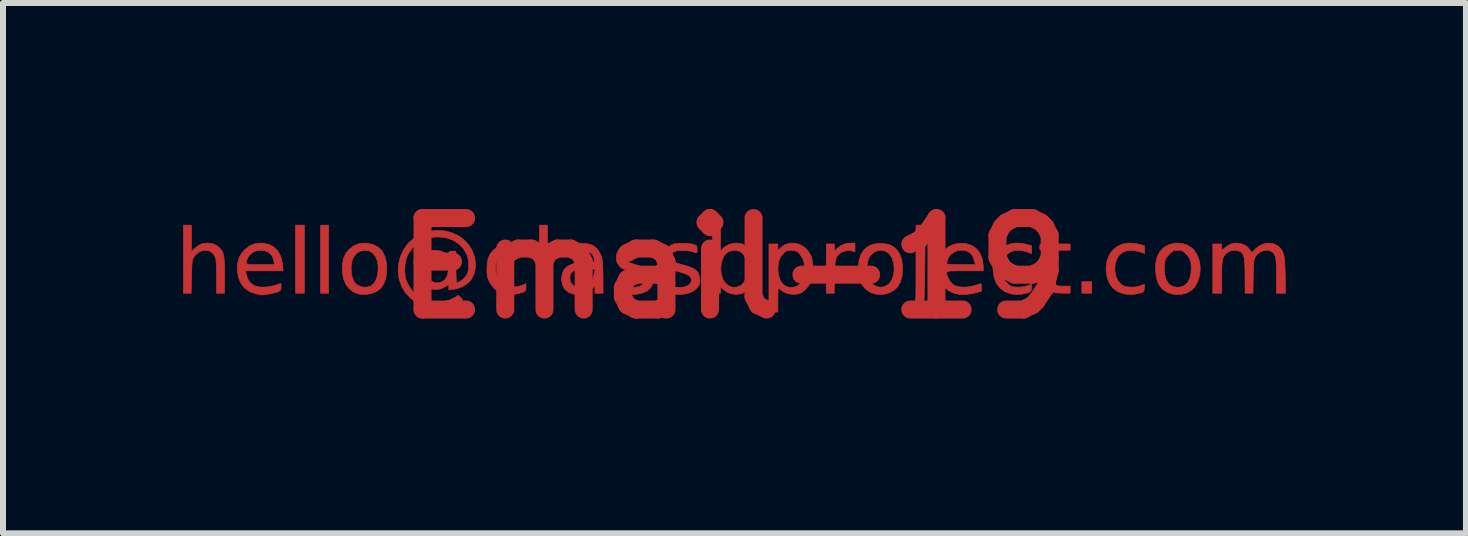
<source format=kicad_pcb>
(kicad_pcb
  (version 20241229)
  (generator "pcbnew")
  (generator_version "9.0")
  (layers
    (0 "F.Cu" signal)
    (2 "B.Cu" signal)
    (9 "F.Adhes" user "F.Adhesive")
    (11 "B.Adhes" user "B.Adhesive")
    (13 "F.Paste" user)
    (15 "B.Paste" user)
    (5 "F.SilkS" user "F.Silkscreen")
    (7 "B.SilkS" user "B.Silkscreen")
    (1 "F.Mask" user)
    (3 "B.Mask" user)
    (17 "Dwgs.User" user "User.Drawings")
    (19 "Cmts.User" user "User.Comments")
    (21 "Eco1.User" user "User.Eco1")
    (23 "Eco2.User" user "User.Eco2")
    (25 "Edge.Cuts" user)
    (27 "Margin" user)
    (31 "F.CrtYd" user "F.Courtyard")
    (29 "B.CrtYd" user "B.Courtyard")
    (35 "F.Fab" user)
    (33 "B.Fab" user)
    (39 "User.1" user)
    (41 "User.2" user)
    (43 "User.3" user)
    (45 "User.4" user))
  (footprint "Email-19"
    (layer "F.Cu")
    (at 9.179 1.418)
    (property "Reference" "Email-19" (at 0 0 0) (layer "F.Cu") (effects (font (size 1.524 1.524) (thickness 0.3))))
    (attr through_hole)
    (fp_poly (pts (xy -7.157 0.418) (xy -7.306 0.418) (xy -7.306 -0.717) (xy -7.157 -0.717) (xy -7.157 0.418)) (stroke (width 0.01) (type solid)) (fill yes) (layer "F.Cu"))
    (fp_poly (pts (xy -6.753 0.418) (xy -6.888 0.418) (xy -6.888 -0.717) (xy -6.753 -0.717) (xy -6.753 0.418)) (stroke (width 0.01) (type solid)) (fill yes) (layer "F.Cu"))
    (fp_poly (pts (xy -3.108 0.418) (xy -3.242 0.418) (xy -3.242 -0.717) (xy -3.108 -0.717) (xy -3.108 0.418)) (stroke (width 0.01) (type solid)) (fill yes) (layer "F.Cu"))
    (fp_poly (pts (xy 3.182 -0.538) (xy 3.033 -0.538) (xy 3.033 -0.717) (xy 3.182 -0.717) (xy 3.182 -0.538)) (stroke (width 0.01) (type solid)) (fill yes) (layer "F.Cu"))
    (fp_poly (pts (xy 5.962 0.418) (xy 5.797 0.418) (xy 5.797 0.224) (xy 5.962 0.224) (xy 5.962 0.418)) (stroke (width 0.01) (type solid)) (fill yes) (layer "F.Cu"))
    (fp_poly (pts (xy 2.017 -0.27) (xy 1.976 -0.285) (xy 1.919 -0.294) (xy 1.854 -0.287) (xy 1.794 -0.266) (xy 1.771 -0.252) (xy 1.742 -0.226) (xy 1.719 -0.199) (xy 1.703 -0.165) (xy 1.692 -0.12) (xy 1.684 -0.059) (xy 1.679 0.021) (xy 1.676 0.126) (xy 1.676 0.146) (xy 1.671 0.418) (xy 1.539 0.418) (xy 1.539 -0.403) (xy 1.673 -0.403) (xy 1.673 -0.281) (xy 1.716 -0.326) (xy 1.786 -0.38) (xy 1.872 -0.411) (xy 1.944 -0.418) (xy 2.017 -0.418) (xy 2.017 -0.27)) (stroke (width 0.01) (type solid)) (fill yes) (layer "F.Cu"))
    (fp_poly (pts (xy 3.18 0.071) (xy 3.178 0.204) (xy 3.177 0.31) (xy 3.175 0.393) (xy 3.173 0.457) (xy 3.169 0.505) (xy 3.165 0.54) (xy 3.16 0.566) (xy 3.153 0.587) (xy 3.145 0.604) (xy 3.104 0.665) (xy 3.052 0.703) (xy 2.98 0.724) (xy 2.954 0.728) (xy 2.869 0.736) (xy 2.869 0.674) (xy 2.87 0.635) (xy 2.879 0.618) (xy 2.903 0.613) (xy 2.92 0.613) (xy 2.976 0.6) (xy 3.003 0.58) (xy 3.011 0.57) (xy 3.018 0.557) (xy 3.023 0.539) (xy 3.027 0.512) (xy 3.03 0.472) (xy 3.031 0.417) (xy 3.032 0.343) (xy 3.033 0.247) (xy 3.033 0.126) (xy 3.033 0.072) (xy 3.033 -0.403) (xy 3.185 -0.403) (xy 3.18 0.071)) (stroke (width 0.01) (type solid)) (fill yes) (layer "F.Cu"))
    (fp_poly (pts (xy 5.334 -0.403) (xy 5.603 -0.403) (xy 5.603 -0.299) (xy 5.334 -0.299) (xy 5.334 -0.033) (xy 5.334 0.074) (xy 5.336 0.156) (xy 5.342 0.215) (xy 5.352 0.255) (xy 5.37 0.279) (xy 5.396 0.293) (xy 5.432 0.298) (xy 5.481 0.299) (xy 5.492 0.299) (xy 5.603 0.299) (xy 5.603 0.418) (xy 5.487 0.417) (xy 5.427 0.415) (xy 5.376 0.412) (xy 5.344 0.408) (xy 5.341 0.408) (xy 5.31 0.394) (xy 5.271 0.37) (xy 5.265 0.365) (xy 5.238 0.338) (xy 5.218 0.298) (xy 5.203 0.244) (xy 5.193 0.17) (xy 5.187 0.074) (xy 5.185 -0.047) (xy 5.185 -0.08) (xy 5.185 -0.299) (xy 5.14 -0.299) (xy 5.11 -0.302) (xy 5.097 -0.317) (xy 5.095 -0.351) (xy 5.097 -0.386) (xy 5.11 -0.401) (xy 5.14 -0.403) (xy 5.185 -0.403) (xy 5.185 -0.628) (xy 5.334 -0.628) (xy 5.334 -0.403)) (stroke (width 0.01) (type solid)) (fill yes) (layer "F.Cu"))
    (fp_poly (pts (xy -9.039 -0.278) (xy -8.983 -0.33) (xy -8.919 -0.381) (xy -8.856 -0.409) (xy -8.785 -0.418) (xy -8.779 -0.418) (xy -8.688 -0.408) (xy -8.614 -0.375) (xy -8.568 -0.335) (xy -8.542 -0.304) (xy -8.522 -0.27) (xy -8.508 -0.23) (xy -8.498 -0.179) (xy -8.491 -0.113) (xy -8.488 -0.026) (xy -8.487 0.084) (xy -8.487 0.125) (xy -8.487 0.418) (xy -8.621 0.418) (xy -8.621 0.141) (xy -8.622 0.029) (xy -8.624 -0.057) (xy -8.629 -0.12) (xy -8.635 -0.163) (xy -8.642 -0.185) (xy -8.68 -0.245) (xy -8.734 -0.283) (xy -8.795 -0.298) (xy -8.86 -0.292) (xy -8.923 -0.263) (xy -8.979 -0.212) (xy -9.001 -0.179) (xy -9.012 -0.157) (xy -9.021 -0.132) (xy -9.027 -0.099) (xy -9.031 -0.052) (xy -9.034 0.013) (xy -9.036 0.101) (xy -9.037 0.146) (xy -9.043 0.418) (xy -9.174 0.418) (xy -9.174 -0.717) (xy -9.039 -0.717) (xy -9.039 -0.278)) (stroke (width 0.01) (type solid)) (fill yes) (layer "F.Cu"))
    (fp_poly (pts (xy -3.627 -0.412) (xy -3.546 -0.393) (xy -3.466 -0.368) (xy -3.466 -0.241) (xy -3.548 -0.27) (xy -3.654 -0.295) (xy -3.749 -0.295) (xy -3.83 -0.27) (xy -3.895 -0.222) (xy -3.942 -0.153) (xy -3.968 -0.065) (xy -3.971 0.035) (xy -3.954 0.138) (xy -3.918 0.217) (xy -3.863 0.274) (xy -3.789 0.307) (xy -3.701 0.318) (xy -3.595 0.306) (xy -3.536 0.287) (xy -3.466 0.256) (xy -3.466 0.321) (xy -3.468 0.36) (xy -3.477 0.382) (xy -3.501 0.396) (xy -3.537 0.409) (xy -3.65 0.435) (xy -3.755 0.44) (xy -3.806 0.433) (xy -3.908 0.398) (xy -3.992 0.341) (xy -4.057 0.259) (xy -4.075 0.226) (xy -4.096 0.178) (xy -4.109 0.134) (xy -4.115 0.084) (xy -4.116 0.015) (xy -4.116 0.015) (xy -4.111 -0.082) (xy -4.097 -0.159) (xy -4.07 -0.222) (xy -4.028 -0.28) (xy -4.016 -0.293) (xy -3.938 -0.356) (xy -3.844 -0.398) (xy -3.738 -0.417) (xy -3.627 -0.412)) (stroke (width 0.01) (type solid)) (fill yes) (layer "F.Cu"))
    (fp_poly (pts (xy 6.694 -0.412) (xy 6.766 -0.395) (xy 6.843 -0.372) (xy 6.843 -0.244) (xy 6.765 -0.271) (xy 6.66 -0.296) (xy 6.566 -0.295) (xy 6.487 -0.27) (xy 6.423 -0.222) (xy 6.377 -0.151) (xy 6.352 -0.062) (xy 6.346 0.041) (xy 6.363 0.134) (xy 6.399 0.212) (xy 6.455 0.272) (xy 6.488 0.293) (xy 6.54 0.309) (xy 6.609 0.316) (xy 6.684 0.313) (xy 6.751 0.301) (xy 6.775 0.292) (xy 6.812 0.278) (xy 6.835 0.27) (xy 6.838 0.269) (xy 6.841 0.282) (xy 6.841 0.315) (xy 6.84 0.331) (xy 6.834 0.372) (xy 6.82 0.394) (xy 6.788 0.409) (xy 6.783 0.411) (xy 6.674 0.435) (xy 6.561 0.438) (xy 6.499 0.428) (xy 6.399 0.393) (xy 6.318 0.335) (xy 6.258 0.256) (xy 6.219 0.157) (xy 6.201 0.04) (xy 6.201 0.006) (xy 6.213 -0.111) (xy 6.25 -0.212) (xy 6.307 -0.296) (xy 6.383 -0.359) (xy 6.474 -0.401) (xy 6.579 -0.419) (xy 6.694 -0.412)) (stroke (width 0.01) (type solid)) (fill yes) (layer "F.Cu"))
    (fp_poly (pts (xy 4.812 -0.412) (xy 4.883 -0.395) (xy 4.96 -0.372) (xy 4.96 -0.242) (xy 4.886 -0.27) (xy 4.784 -0.297) (xy 4.692 -0.297) (xy 4.612 -0.273) (xy 4.546 -0.226) (xy 4.498 -0.156) (xy 4.47 -0.066) (xy 4.469 -0.061) (xy 4.464 0.045) (xy 4.482 0.139) (xy 4.522 0.219) (xy 4.584 0.279) (xy 4.615 0.299) (xy 4.659 0.311) (xy 4.72 0.316) (xy 4.789 0.314) (xy 4.853 0.304) (xy 4.893 0.292) (xy 4.93 0.278) (xy 4.953 0.27) (xy 4.956 0.269) (xy 4.959 0.282) (xy 4.959 0.315) (xy 4.958 0.331) (xy 4.952 0.372) (xy 4.937 0.394) (xy 4.905 0.409) (xy 4.9 0.411) (xy 4.792 0.435) (xy 4.679 0.438) (xy 4.616 0.428) (xy 4.516 0.393) (xy 4.436 0.335) (xy 4.375 0.256) (xy 4.336 0.157) (xy 4.319 0.04) (xy 4.318 0.006) (xy 4.331 -0.111) (xy 4.367 -0.212) (xy 4.424 -0.296) (xy 4.5 -0.359) (xy 4.592 -0.401) (xy 4.697 -0.419) (xy 4.812 -0.412)) (stroke (width 0.01) (type solid)) (fill yes) (layer "F.Cu"))
    (fp_poly (pts (xy 2.499 -0.41) (xy 2.578 -0.395) (xy 2.625 -0.377) (xy 2.703 -0.32) (xy 2.76 -0.241) (xy 2.796 -0.141) (xy 2.811 -0.02) (xy 2.811 0.007) (xy 2.801 0.132) (xy 2.77 0.237) (xy 2.718 0.32) (xy 2.691 0.348) (xy 2.609 0.403) (xy 2.514 0.433) (xy 2.412 0.439) (xy 2.366 0.433) (xy 2.28 0.407) (xy 2.211 0.363) (xy 2.162 0.314) (xy 2.117 0.247) (xy 2.088 0.168) (xy 2.074 0.071) (xy 2.074 0.063) (xy 2.215 0.063) (xy 2.226 0.132) (xy 2.258 0.208) (xy 2.307 0.265) (xy 2.368 0.302) (xy 2.435 0.317) (xy 2.503 0.309) (xy 2.566 0.275) (xy 2.595 0.249) (xy 2.636 0.184) (xy 2.661 0.101) (xy 2.67 0.009) (xy 2.661 -0.084) (xy 2.633 -0.171) (xy 2.627 -0.184) (xy 2.582 -0.245) (xy 2.523 -0.283) (xy 2.458 -0.298) (xy 2.39 -0.291) (xy 2.327 -0.26) (xy 2.273 -0.208) (xy 2.25 -0.172) (xy 2.227 -0.105) (xy 2.215 -0.022) (xy 2.215 0.063) (xy 2.074 0.063) (xy 2.072 -0.009) (xy 2.083 -0.128) (xy 2.114 -0.225) (xy 2.166 -0.303) (xy 2.239 -0.364) (xy 2.264 -0.378) (xy 2.33 -0.401) (xy 2.412 -0.412) (xy 2.499 -0.41)) (stroke (width 0.01) (type solid)) (fill yes) (layer "F.Cu"))
    (fp_poly (pts (xy -6.113 -0.415) (xy -6.009 -0.393) (xy -5.925 -0.348) (xy -5.859 -0.281) (xy -5.814 -0.193) (xy -5.789 -0.084) (xy -5.785 0.045) (xy -5.785 0.05) (xy -5.799 0.161) (xy -5.831 0.253) (xy -5.882 0.33) (xy -5.892 0.342) (xy -5.951 0.387) (xy -6.029 0.42) (xy -6.118 0.437) (xy -6.21 0.437) (xy -6.245 0.432) (xy -6.336 0.4) (xy -6.41 0.343) (xy -6.468 0.265) (xy -6.507 0.167) (xy -6.526 0.051) (xy -6.526 0.047) (xy -6.525 -0.031) (xy -6.378 -0.031) (xy -6.376 0.058) (xy -6.362 0.143) (xy -6.334 0.215) (xy -6.315 0.245) (xy -6.263 0.288) (xy -6.195 0.313) (xy -6.122 0.317) (xy -6.053 0.299) (xy -6.048 0.297) (xy -6.001 0.257) (xy -5.965 0.196) (xy -5.941 0.12) (xy -5.929 0.035) (xy -5.93 -0.051) (xy -5.946 -0.133) (xy -5.977 -0.202) (xy -6.026 -0.258) (xy -6.088 -0.29) (xy -6.156 -0.299) (xy -6.224 -0.284) (xy -6.286 -0.246) (xy -6.337 -0.186) (xy -6.34 -0.182) (xy -6.366 -0.114) (xy -6.378 -0.031) (xy -6.525 -0.031) (xy -6.525 -0.068) (xy -6.506 -0.164) (xy -6.468 -0.245) (xy -6.413 -0.312) (xy -6.337 -0.372) (xy -6.255 -0.407) (xy -6.159 -0.417) (xy -6.113 -0.415)) (stroke (width 0.01) (type solid)) (fill yes) (layer "F.Cu"))
    (fp_poly (pts (xy -0.224 -0.28) (xy -0.192 -0.321) (xy -0.137 -0.368) (xy -0.065 -0.401) (xy 0.017 -0.417) (xy 0.098 -0.414) (xy 0.154 -0.398) (xy 0.201 -0.369) (xy 0.252 -0.321) (xy 0.3 -0.264) (xy 0.336 -0.206) (xy 0.341 -0.196) (xy 0.355 -0.147) (xy 0.363 -0.076) (xy 0.365 0.007) (xy 0.365 0.083) (xy 0.36 0.138) (xy 0.351 0.182) (xy 0.336 0.223) (xy 0.331 0.233) (xy 0.277 0.322) (xy 0.208 0.387) (xy 0.126 0.426) (xy 0.034 0.438) (xy -0.049 0.426) (xy -0.119 0.397) (xy -0.173 0.358) (xy -0.224 0.308) (xy -0.224 0.418) (xy -0.359 0.418) (xy -0.359 0.02) (xy -0.22 0.02) (xy -0.21 0.106) (xy -0.182 0.189) (xy -0.138 0.254) (xy -0.082 0.298) (xy -0.018 0.32) (xy 0.049 0.317) (xy 0.116 0.287) (xy 0.12 0.285) (xy 0.168 0.234) (xy 0.202 0.165) (xy 0.222 0.084) (xy 0.227 -0.002) (xy 0.219 -0.087) (xy 0.196 -0.165) (xy 0.159 -0.229) (xy 0.109 -0.274) (xy 0.104 -0.277) (xy 0.037 -0.296) (xy -0.036 -0.293) (xy -0.102 -0.268) (xy -0.152 -0.222) (xy -0.189 -0.154) (xy -0.212 -0.071) (xy -0.22 0.02) (xy -0.359 0.02) (xy -0.359 -0.717) (xy -0.224 -0.717) (xy -0.224 -0.28)) (stroke (width 0.01) (type solid)) (fill yes) (layer "F.Cu"))
    (fp_poly (pts (xy 7.463 -0.413) (xy 7.556 -0.384) (xy 7.637 -0.331) (xy 7.665 -0.303) (xy 7.721 -0.218) (xy 7.756 -0.117) (xy 7.77 -0.009) (xy 7.763 0.102) (xy 7.734 0.209) (xy 7.684 0.305) (xy 7.679 0.313) (xy 7.618 0.373) (xy 7.538 0.415) (xy 7.445 0.438) (xy 7.346 0.438) (xy 7.311 0.433) (xy 7.214 0.4) (xy 7.136 0.346) (xy 7.079 0.27) (xy 7.042 0.172) (xy 7.025 0.052) (xy 7.025 0.05) (xy 7.026 0.002) (xy 7.169 0.002) (xy 7.177 0.101) (xy 7.2 0.186) (xy 7.239 0.253) (xy 7.259 0.274) (xy 7.315 0.306) (xy 7.384 0.319) (xy 7.454 0.312) (xy 7.511 0.287) (xy 7.561 0.238) (xy 7.597 0.166) (xy 7.616 0.076) (xy 7.616 0.068) (xy 7.62 -0.027) (xy 7.613 -0.099) (xy 7.594 -0.158) (xy 7.56 -0.209) (xy 7.537 -0.233) (xy 7.498 -0.27) (xy 7.467 -0.29) (xy 7.434 -0.298) (xy 7.396 -0.299) (xy 7.351 -0.297) (xy 7.319 -0.287) (xy 7.288 -0.265) (xy 7.255 -0.234) (xy 7.211 -0.183) (xy 7.186 -0.135) (xy 7.179 -0.103) (xy 7.169 0.002) (xy 7.026 0.002) (xy 7.028 -0.08) (xy 7.052 -0.189) (xy 7.097 -0.277) (xy 7.163 -0.344) (xy 7.251 -0.392) (xy 7.262 -0.396) (xy 7.363 -0.418) (xy 7.463 -0.413)) (stroke (width 0.01) (type solid)) (fill yes) (layer "F.Cu"))
    (fp_poly (pts (xy 1.09 -0.397) (xy 1.167 -0.356) (xy 1.231 -0.294) (xy 1.28 -0.212) (xy 1.282 -0.209) (xy 1.306 -0.127) (xy 1.317 -0.03) (xy 1.316 0.07) (xy 1.303 0.163) (xy 1.277 0.24) (xy 1.276 0.244) (xy 1.237 0.303) (xy 1.185 0.36) (xy 1.131 0.404) (xy 1.115 0.414) (xy 1.05 0.433) (xy 0.973 0.437) (xy 0.895 0.424) (xy 0.83 0.397) (xy 0.788 0.37) (xy 0.757 0.343) (xy 0.748 0.332) (xy 0.742 0.331) (xy 0.737 0.355) (xy 0.734 0.405) (xy 0.733 0.482) (xy 0.733 0.519) (xy 0.732 0.732) (xy 0.583 0.732) (xy 0.583 0.002) (xy 0.732 0.002) (xy 0.741 0.107) (xy 0.768 0.194) (xy 0.809 0.26) (xy 0.864 0.303) (xy 0.93 0.322) (xy 1.005 0.315) (xy 1.058 0.295) (xy 1.101 0.26) (xy 1.138 0.201) (xy 1.164 0.127) (xy 1.177 0.051) (xy 1.175 -0.061) (xy 1.149 -0.156) (xy 1.099 -0.233) (xy 1.067 -0.267) (xy 1.035 -0.285) (xy 0.991 -0.293) (xy 0.97 -0.295) (xy 0.919 -0.297) (xy 0.885 -0.291) (xy 0.855 -0.274) (xy 0.838 -0.26) (xy 0.78 -0.194) (xy 0.746 -0.112) (xy 0.733 -0.01) (xy 0.732 0.002) (xy 0.583 0.002) (xy 0.583 -0.403) (xy 0.732 -0.403) (xy 0.732 -0.295) (xy 0.773 -0.335) (xy 0.844 -0.388) (xy 0.924 -0.415) (xy 1.008 -0.417) (xy 1.09 -0.397)) (stroke (width 0.01) (type solid)) (fill yes) (layer "F.Cu"))
    (fp_poly (pts (xy -7.846 -0.416) (xy -7.746 -0.395) (xy -7.663 -0.35) (xy -7.597 -0.282) (xy -7.55 -0.193) (xy -7.524 -0.083) (xy -7.52 -0.056) (xy -7.511 0.045) (xy -8.14 0.045) (xy -8.128 0.093) (xy -8.1 0.18) (xy -8.059 0.242) (xy -8.003 0.285) (xy -7.971 0.299) (xy -7.909 0.313) (xy -7.831 0.316) (xy -7.746 0.309) (xy -7.665 0.292) (xy -7.643 0.285) (xy -7.596 0.269) (xy -7.562 0.258) (xy -7.55 0.254) (xy -7.547 0.267) (xy -7.545 0.3) (xy -7.545 0.314) (xy -7.548 0.354) (xy -7.562 0.376) (xy -7.595 0.394) (xy -7.596 0.394) (xy -7.631 0.405) (xy -7.683 0.418) (xy -7.743 0.43) (xy -7.801 0.44) (xy -7.847 0.446) (xy -7.869 0.447) (xy -7.89 0.443) (xy -7.929 0.435) (xy -7.967 0.427) (xy -8.068 0.392) (xy -8.151 0.333) (xy -8.214 0.253) (xy -8.256 0.156) (xy -8.275 0.043) (xy -8.272 -0.072) (xy -8.264 -0.103) (xy -8.127 -0.103) (xy -8.126 -0.083) (xy -8.109 -0.07) (xy -8.073 -0.063) (xy -8.016 -0.06) (xy -7.933 -0.06) (xy -7.891 -0.06) (xy -7.653 -0.06) (xy -7.667 -0.121) (xy -7.681 -0.168) (xy -7.698 -0.207) (xy -7.702 -0.213) (xy -7.753 -0.263) (xy -7.818 -0.291) (xy -7.89 -0.299) (xy -7.962 -0.288) (xy -8.028 -0.257) (xy -8.079 -0.208) (xy -8.099 -0.175) (xy -8.117 -0.133) (xy -8.127 -0.103) (xy -8.264 -0.103) (xy -8.248 -0.169) (xy -8.2 -0.253) (xy -8.152 -0.307) (xy -8.077 -0.368) (xy -7.997 -0.404) (xy -7.907 -0.417) (xy -7.846 -0.416)) (stroke (width 0.01) (type solid)) (fill yes) (layer "F.Cu"))
    (fp_poly (pts (xy 3.872 -0.409) (xy 3.964 -0.378) (xy 4.041 -0.324) (xy 4.099 -0.249) (xy 4.137 -0.155) (xy 4.153 -0.046) (xy 4.154 -0.028) (xy 4.154 0.045) (xy 3.847 0.045) (xy 3.742 0.045) (xy 3.662 0.046) (xy 3.606 0.048) (xy 3.57 0.053) (xy 3.55 0.062) (xy 3.543 0.076) (xy 3.545 0.097) (xy 3.554 0.124) (xy 3.558 0.136) (xy 3.598 0.217) (xy 3.652 0.274) (xy 3.689 0.295) (xy 3.763 0.313) (xy 3.854 0.316) (xy 3.954 0.304) (xy 4.055 0.278) (xy 4.098 0.262) (xy 4.114 0.259) (xy 4.122 0.272) (xy 4.124 0.308) (xy 4.124 0.318) (xy 4.124 0.385) (xy 4.038 0.408) (xy 3.947 0.428) (xy 3.857 0.439) (xy 3.781 0.44) (xy 3.758 0.438) (xy 3.654 0.413) (xy 3.569 0.37) (xy 3.507 0.316) (xy 3.456 0.253) (xy 3.423 0.189) (xy 3.406 0.114) (xy 3.4 0.022) (xy 3.4 0.007) (xy 3.409 -0.076) (xy 3.546 -0.076) (xy 3.553 -0.069) (xy 3.572 -0.065) (xy 3.606 -0.062) (xy 3.661 -0.06) (xy 3.74 -0.06) (xy 3.78 -0.06) (xy 4.022 -0.06) (xy 4.011 -0.108) (xy 3.982 -0.193) (xy 3.936 -0.254) (xy 3.874 -0.289) (xy 3.794 -0.3) (xy 3.728 -0.292) (xy 3.675 -0.272) (xy 3.623 -0.236) (xy 3.583 -0.191) (xy 3.564 -0.153) (xy 3.554 -0.112) (xy 3.547 -0.086) (xy 3.546 -0.076) (xy 3.409 -0.076) (xy 3.412 -0.113) (xy 3.447 -0.215) (xy 3.503 -0.298) (xy 3.58 -0.36) (xy 3.675 -0.4) (xy 3.767 -0.415) (xy 3.872 -0.409)) (stroke (width 0.01) (type solid)) (fill yes) (layer "F.Cu"))
    (fp_poly (pts (xy -1.576 -0.413) (xy -1.504 -0.406) (xy -1.446 -0.395) (xy -1.431 -0.39) (xy -1.404 -0.375) (xy -1.392 -0.351) (xy -1.39 -0.314) (xy -1.391 -0.277) (xy -1.399 -0.259) (xy -1.42 -0.259) (xy -1.461 -0.272) (xy -1.472 -0.276) (xy -1.527 -0.289) (xy -1.594 -0.296) (xy -1.663 -0.297) (xy -1.724 -0.291) (xy -1.763 -0.28) (xy -1.802 -0.247) (xy -1.825 -0.203) (xy -1.827 -0.162) (xy -1.81 -0.132) (xy -1.773 -0.105) (xy -1.714 -0.081) (xy -1.634 -0.057) (xy -1.529 -0.026) (xy -1.45 0.008) (xy -1.395 0.047) (xy -1.382 0.06) (xy -1.361 0.101) (xy -1.351 0.16) (xy -1.352 0.224) (xy -1.364 0.284) (xy -1.384 0.324) (xy -1.441 0.377) (xy -1.52 0.414) (xy -1.616 0.435) (xy -1.725 0.437) (xy -1.781 0.432) (xy -1.857 0.42) (xy -1.909 0.41) (xy -1.941 0.397) (xy -1.959 0.379) (xy -1.966 0.354) (xy -1.969 0.324) (xy -1.971 0.283) (xy -1.968 0.258) (xy -1.966 0.254) (xy -1.949 0.259) (xy -1.913 0.272) (xy -1.887 0.282) (xy -1.796 0.309) (xy -1.71 0.321) (xy -1.632 0.319) (xy -1.568 0.302) (xy -1.52 0.272) (xy -1.494 0.23) (xy -1.49 0.203) (xy -1.503 0.155) (xy -1.541 0.117) (xy -1.607 0.087) (xy -1.627 0.081) (xy -1.718 0.055) (xy -1.785 0.034) (xy -1.833 0.017) (xy -1.867 0.000494) (xy -1.891 -0.017) (xy -1.905 -0.03) (xy -1.947 -0.092) (xy -1.963 -0.161) (xy -1.955 -0.231) (xy -1.926 -0.297) (xy -1.876 -0.353) (xy -1.808 -0.393) (xy -1.775 -0.404) (xy -1.723 -0.412) (xy -1.653 -0.415) (xy -1.576 -0.413)) (stroke (width 0.01) (type solid)) (fill yes) (layer "F.Cu"))
    (fp_poly (pts (xy 8.996 -0.405) (xy 9.066 -0.368) (xy 9.095 -0.342) (xy 9.121 -0.31) (xy 9.142 -0.276) (xy 9.157 -0.236) (xy 9.168 -0.185) (xy 9.176 -0.119) (xy 9.181 -0.033) (xy 9.185 0.077) (xy 9.186 0.116) (xy 9.192 0.418) (xy 9.039 0.418) (xy 9.039 0.134) (xy 9.039 0.019) (xy 9.036 -0.071) (xy 9.03 -0.139) (xy 9.021 -0.189) (xy 9.008 -0.225) (xy 8.989 -0.252) (xy 8.965 -0.273) (xy 8.963 -0.274) (xy 8.907 -0.297) (xy 8.842 -0.296) (xy 8.778 -0.275) (xy 8.723 -0.235) (xy 8.694 -0.2) (xy 8.682 -0.178) (xy 8.672 -0.155) (xy 8.666 -0.128) (xy 8.661 -0.09) (xy 8.658 -0.037) (xy 8.655 0.036) (xy 8.653 0.133) (xy 8.653 0.138) (xy 8.648 0.418) (xy 8.516 0.418) (xy 8.516 0.146) (xy 8.515 0.02) (xy 8.511 -0.078) (xy 8.503 -0.154) (xy 8.49 -0.209) (xy 8.47 -0.247) (xy 8.443 -0.272) (xy 8.407 -0.287) (xy 8.36 -0.294) (xy 8.356 -0.295) (xy 8.303 -0.296) (xy 8.262 -0.283) (xy 8.234 -0.267) (xy 8.199 -0.24) (xy 8.173 -0.212) (xy 8.154 -0.179) (xy 8.141 -0.134) (xy 8.133 -0.075) (xy 8.129 0.004) (xy 8.128 0.107) (xy 8.128 0.145) (xy 8.128 0.418) (xy 7.979 0.418) (xy 7.979 -0.403) (xy 8.128 -0.403) (xy 8.128 -0.299) (xy 8.196 -0.351) (xy 8.255 -0.391) (xy 8.306 -0.412) (xy 8.363 -0.418) (xy 8.414 -0.415) (xy 8.494 -0.395) (xy 8.559 -0.352) (xy 8.599 -0.303) (xy 8.63 -0.259) (xy 8.685 -0.316) (xy 8.756 -0.373) (xy 8.836 -0.408) (xy 8.918 -0.418) (xy 8.996 -0.405)) (stroke (width 0.01) (type solid)) (fill yes) (layer "F.Cu"))
    (fp_poly (pts (xy -2.438 -0.406) (xy -2.362 -0.384) (xy -2.352 -0.38) (xy -2.289 -0.333) (xy -2.238 -0.264) (xy -2.203 -0.181) (xy -2.196 -0.151) (xy -2.191 -0.108) (xy -2.187 -0.042) (xy -2.184 0.038) (xy -2.182 0.127) (xy -2.181 0.174) (xy -2.181 0.418) (xy -2.316 0.418) (xy -2.316 0.295) (xy -2.346 0.333) (xy -2.399 0.379) (xy -2.471 0.414) (xy -2.553 0.434) (xy -2.635 0.438) (xy -2.679 0.432) (xy -2.761 0.4) (xy -2.821 0.348) (xy -2.859 0.276) (xy -2.873 0.188) (xy -2.873 0.178) (xy -2.872 0.176) (xy -2.734 0.176) (xy -2.721 0.233) (xy -2.685 0.282) (xy -2.634 0.315) (xy -2.622 0.319) (xy -2.572 0.322) (xy -2.512 0.313) (xy -2.455 0.294) (xy -2.448 0.29) (xy -2.393 0.245) (xy -2.352 0.177) (xy -2.331 0.104) (xy -2.322 0.059) (xy -2.317 0.028) (xy -2.316 0.02) (xy -2.33 0.018) (xy -2.367 0.016) (xy -2.421 0.015) (xy -2.458 0.015) (xy -2.559 0.019) (xy -2.633 0.031) (xy -2.685 0.053) (xy -2.717 0.088) (xy -2.732 0.137) (xy -2.734 0.176) (xy -2.872 0.176) (xy -2.862 0.094) (xy -2.832 0.026) (xy -2.779 -0.027) (xy -2.704 -0.066) (xy -2.605 -0.091) (xy -2.48 -0.103) (xy -2.411 -0.104) (xy -2.319 -0.105) (xy -2.331 -0.157) (xy -2.344 -0.199) (xy -2.359 -0.229) (xy -2.36 -0.231) (xy -2.408 -0.267) (xy -2.476 -0.289) (xy -2.557 -0.297) (xy -2.645 -0.291) (xy -2.73 -0.269) (xy -2.776 -0.253) (xy -2.809 -0.242) (xy -2.82 -0.239) (xy -2.823 -0.252) (xy -2.822 -0.286) (xy -2.821 -0.302) (xy -2.816 -0.366) (xy -2.719 -0.393) (xy -2.626 -0.41) (xy -2.529 -0.415) (xy -2.438 -0.406)) (stroke (width 0.01) (type solid)) (fill yes) (layer "F.Cu"))
    (fp_poly (pts (xy -0.798 -0.413) (xy -0.725 -0.406) (xy -0.668 -0.395) (xy -0.654 -0.39) (xy -0.627 -0.375) (xy -0.615 -0.351) (xy -0.613 -0.314) (xy -0.614 -0.277) (xy -0.619 -0.256) (xy -0.621 -0.254) (xy -0.639 -0.258) (xy -0.675 -0.269) (xy -0.703 -0.278) (xy -0.8 -0.296) (xy -0.88 -0.296) (xy -0.957 -0.287) (xy -1.007 -0.268) (xy -1.036 -0.236) (xy -1.046 -0.19) (xy -1.046 -0.185) (xy -1.04 -0.15) (xy -1.021 -0.122) (xy -0.984 -0.098) (xy -0.925 -0.076) (xy -0.857 -0.057) (xy -0.756 -0.028) (xy -0.681 0.003) (xy -0.628 0.038) (xy -0.595 0.08) (xy -0.577 0.133) (xy -0.571 0.176) (xy -0.57 0.232) (xy -0.577 0.271) (xy -0.596 0.308) (xy -0.6 0.313) (xy -0.657 0.37) (xy -0.735 0.411) (xy -0.831 0.434) (xy -0.941 0.438) (xy -1.004 0.432) (xy -1.08 0.42) (xy -1.132 0.41) (xy -1.164 0.397) (xy -1.182 0.379) (xy -1.19 0.354) (xy -1.192 0.324) (xy -1.194 0.283) (xy -1.191 0.258) (xy -1.189 0.254) (xy -1.172 0.259) (xy -1.136 0.272) (xy -1.11 0.282) (xy -0.99 0.316) (xy -0.877 0.321) (xy -0.828 0.314) (xy -0.765 0.29) (xy -0.725 0.254) (xy -0.708 0.212) (xy -0.714 0.168) (xy -0.744 0.128) (xy -0.797 0.099) (xy -0.843 0.083) (xy -0.905 0.064) (xy -0.969 0.045) (xy -0.97 0.045) (xy -1.048 0.017) (xy -1.104 -0.014) (xy -1.131 -0.037) (xy -1.159 -0.068) (xy -1.174 -0.097) (xy -1.18 -0.135) (xy -1.18 -0.177) (xy -1.179 -0.23) (xy -1.171 -0.265) (xy -1.152 -0.295) (xy -1.124 -0.327) (xy -1.056 -0.381) (xy -1.001 -0.404) (xy -0.947 -0.412) (xy -0.875 -0.415) (xy -0.798 -0.413)) (stroke (width 0.01) (type solid)) (fill yes) (layer "F.Cu"))
    (fp_poly (pts (xy -4.823 -0.622) (xy -4.707 -0.593) (xy -4.598 -0.544) (xy -4.502 -0.477) (xy -4.422 -0.393) (xy -4.36 -0.293) (xy -4.32 -0.179) (xy -4.309 -0.11) (xy -4.309 -0.007) (xy -4.329 0.091) (xy -4.368 0.175) (xy -4.422 0.241) (xy -4.428 0.245) (xy -4.511 0.302) (xy -4.597 0.337) (xy -4.674 0.352) (xy -4.751 0.362) (xy -4.751 0.27) (xy -4.805 0.306) (xy -4.885 0.345) (xy -4.967 0.357) (xy -5.046 0.345) (xy -5.118 0.31) (xy -5.179 0.256) (xy -5.226 0.184) (xy -5.253 0.098) (xy -5.257 0.058) (xy -5.137 0.058) (xy -5.119 0.124) (xy -5.085 0.179) (xy -5.036 0.22) (xy -4.978 0.243) (xy -4.912 0.243) (xy -4.856 0.223) (xy -4.809 0.184) (xy -4.777 0.125) (xy -4.761 0.053) (xy -4.764 -0.025) (xy -4.766 -0.038) (xy -4.792 -0.098) (xy -4.835 -0.149) (xy -4.889 -0.183) (xy -4.939 -0.194) (xy -5.013 -0.181) (xy -5.073 -0.142) (xy -5.11 -0.09) (xy -5.135 -0.015) (xy -5.137 0.058) (xy -5.257 0.058) (xy -5.259 0.03) (xy -5.248 -0.057) (xy -5.218 -0.14) (xy -5.172 -0.212) (xy -5.115 -0.265) (xy -5.081 -0.284) (xy -5.015 -0.298) (xy -4.939 -0.296) (xy -4.865 -0.279) (xy -4.806 -0.249) (xy -4.805 -0.249) (xy -4.751 -0.208) (xy -4.751 -0.246) (xy -4.748 -0.27) (xy -4.733 -0.281) (xy -4.698 -0.284) (xy -4.692 -0.284) (xy -4.632 -0.284) (xy -4.632 -0.022) (xy -4.631 0.086) (xy -4.628 0.166) (xy -4.624 0.217) (xy -4.618 0.238) (xy -4.616 0.239) (xy -4.573 0.227) (xy -4.524 0.195) (xy -4.479 0.15) (xy -4.445 0.099) (xy -4.437 0.082) (xy -4.424 0.021) (xy -4.42 -0.055) (xy -4.426 -0.135) (xy -4.44 -0.204) (xy -4.449 -0.226) (xy -4.507 -0.325) (xy -4.584 -0.404) (xy -4.674 -0.462) (xy -4.774 -0.5) (xy -4.88 -0.519) (xy -4.988 -0.518) (xy -5.095 -0.498) (xy -5.196 -0.459) (xy -5.288 -0.401) (xy -5.367 -0.325) (xy -5.429 -0.231) (xy -5.462 -0.152) (xy -5.48 -0.063) (xy -5.485 0.039) (xy -5.477 0.137) (xy -5.468 0.181) (xy -5.442 0.247) (xy -5.4 0.321) (xy -5.35 0.39) (xy -5.299 0.443) (xy -5.202 0.506) (xy -5.091 0.547) (xy -4.972 0.565) (xy -4.852 0.56) (xy -4.738 0.531) (xy -4.645 0.485) (xy -4.59 0.45) (xy -4.555 0.488) (xy -4.52 0.525) (xy -4.557 0.555) (xy -4.593 0.579) (xy -4.642 0.606) (xy -4.669 0.619) (xy -4.715 0.638) (xy -4.763 0.653) (xy -4.821 0.665) (xy -4.899 0.677) (xy -4.916 0.679) (xy -4.951 0.68) (xy -5.002 0.676) (xy -5.043 0.671) (xy -5.165 0.639) (xy -5.281 0.581) (xy -5.387 0.502) (xy -5.475 0.407) (xy -5.534 0.31) (xy -5.579 0.186) (xy -5.596 0.056) (xy -5.588 -0.074) (xy -5.555 -0.199) (xy -5.499 -0.317) (xy -5.422 -0.421) (xy -5.323 -0.507) (xy -5.311 -0.515) (xy -5.193 -0.578) (xy -5.07 -0.616) (xy -4.946 -0.631) (xy -4.823 -0.622)) (stroke (width 0.01) (type solid)) (fill yes) (layer "F.Cu")))
  (gr_rect
    (start -3 -3)
    (end 21.376 5.836)
    (stroke (width 0.1) (type default))
    (fill no)
    (layer "Edge.Cuts")))
</source>
